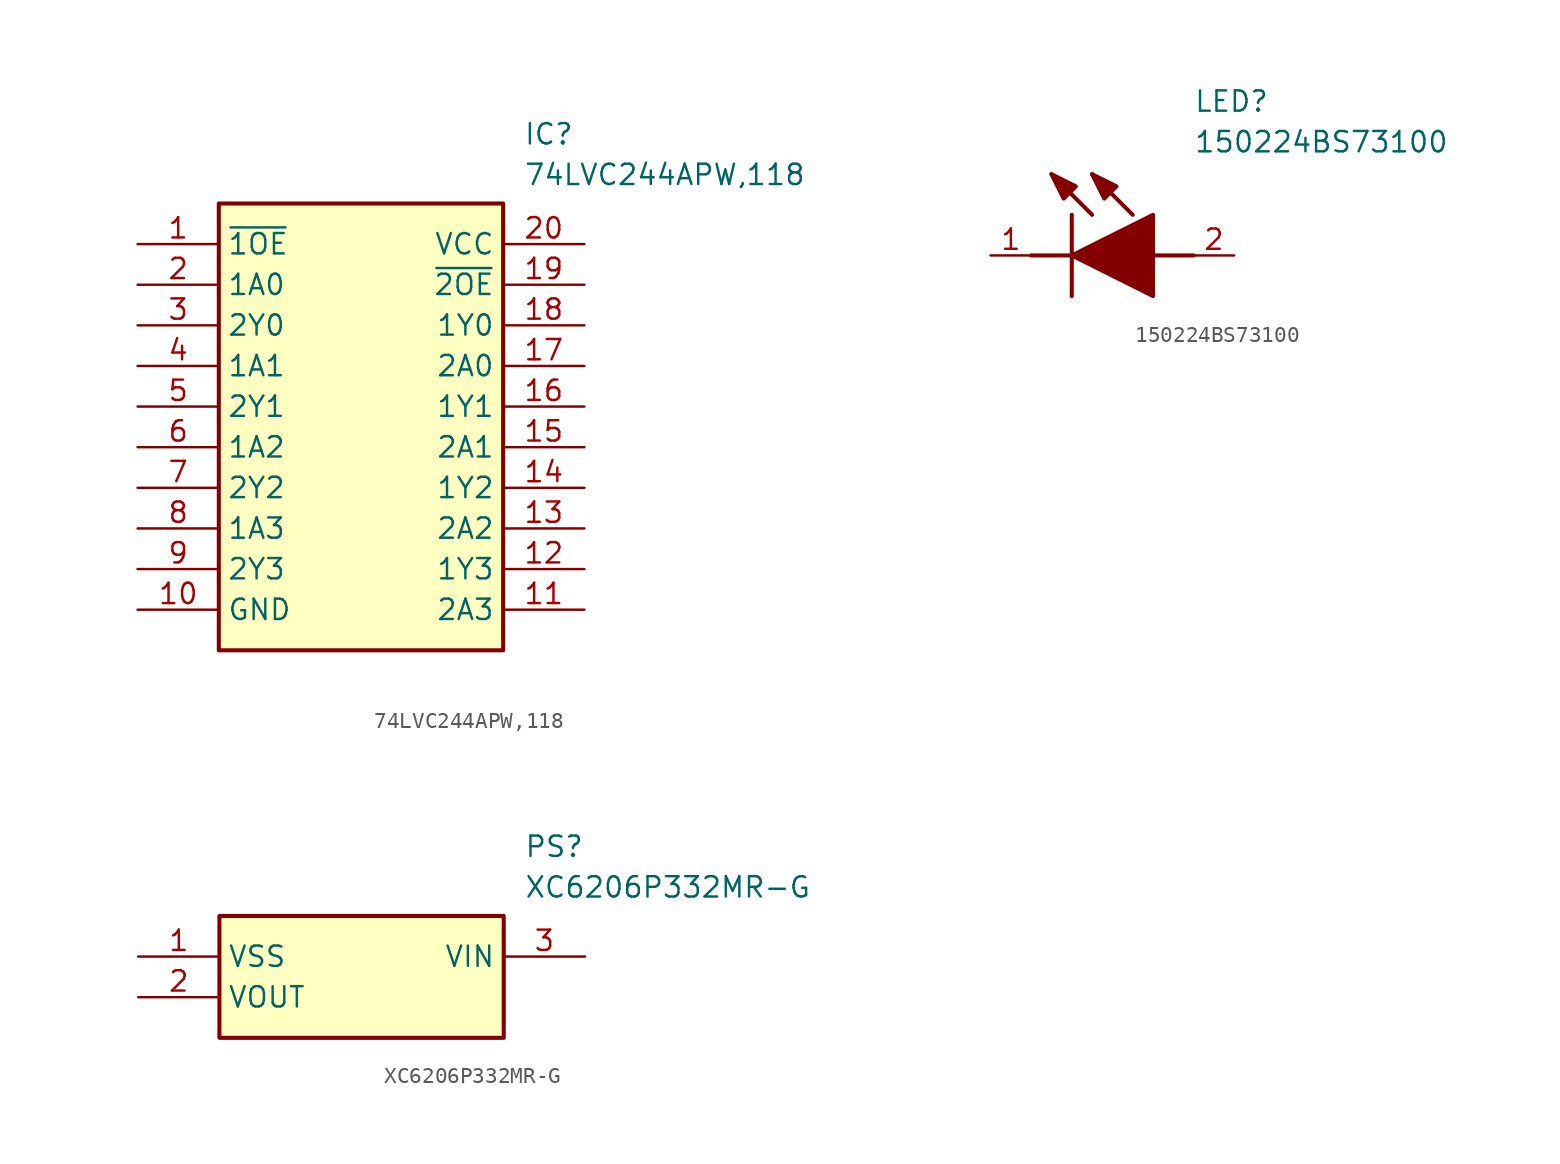
<source format=kicad_sym>
(kicad_symbol_lib
  (version 20211014)
  (generator SamacSys_ECAD_Model)
  (symbol "74LVC244APW,118"
    (property "Reference" "IC"
      (at 24.13 7.62 0)
      (effects (font (size 1.27 1.27)) (justify left top)))
    (property "Value" "74LVC244APW,118"
      (at 24.13 5.08 0)
      (effects (font (size 1.27 1.27)) (justify left top)))
    (rectangle
      (start 5.08 2.54)
      (end 22.86 -25.4)
      (stroke (width 0.254) (type default))
      (fill (type background)))
    (pin passive line
      (at 0 0 0)
      (length 5.08)
      (name "~{1OE}" (effects (font (size 1.27 1.27))))
      (number "1" (effects (font (size 1.27 1.27)))))
    (pin passive line
      (at 0 -2.54 0)
      (length 5.08)
      (name "1A0" (effects (font (size 1.27 1.27))))
      (number "2" (effects (font (size 1.27 1.27)))))
    (pin passive line
      (at 0 -5.08 0)
      (length 5.08)
      (name "2Y0" (effects (font (size 1.27 1.27))))
      (number "3" (effects (font (size 1.27 1.27)))))
    (pin passive line
      (at 0 -7.62 0)
      (length 5.08)
      (name "1A1" (effects (font (size 1.27 1.27))))
      (number "4" (effects (font (size 1.27 1.27)))))
    (pin passive line
      (at 0 -10.16 0)
      (length 5.08)
      (name "2Y1" (effects (font (size 1.27 1.27))))
      (number "5" (effects (font (size 1.27 1.27)))))
    (pin passive line
      (at 0 -12.7 0)
      (length 5.08)
      (name "1A2" (effects (font (size 1.27 1.27))))
      (number "6" (effects (font (size 1.27 1.27)))))
    (pin passive line
      (at 0 -15.24 0)
      (length 5.08)
      (name "2Y2" (effects (font (size 1.27 1.27))))
      (number "7" (effects (font (size 1.27 1.27)))))
    (pin passive line
      (at 0 -17.78 0)
      (length 5.08)
      (name "1A3" (effects (font (size 1.27 1.27))))
      (number "8" (effects (font (size 1.27 1.27)))))
    (pin passive line
      (at 0 -20.32 0)
      (length 5.08)
      (name "2Y3" (effects (font (size 1.27 1.27))))
      (number "9" (effects (font (size 1.27 1.27)))))
    (pin passive line
      (at 0 -22.86 0)
      (length 5.08)
      (name "GND" (effects (font (size 1.27 1.27))))
      (number "10" (effects (font (size 1.27 1.27)))))
    (pin passive line
      (at 27.94 0 180)
      (length 5.08)
      (name "VCC" (effects (font (size 1.27 1.27))))
      (number "20" (effects (font (size 1.27 1.27)))))
    (pin passive line
      (at 27.94 -2.54 180)
      (length 5.08)
      (name "~{2OE}" (effects (font (size 1.27 1.27))))
      (number "19" (effects (font (size 1.27 1.27)))))
    (pin passive line
      (at 27.94 -5.08 180)
      (length 5.08)
      (name "1Y0" (effects (font (size 1.27 1.27))))
      (number "18" (effects (font (size 1.27 1.27)))))
    (pin passive line
      (at 27.94 -7.62 180)
      (length 5.08)
      (name "2A0" (effects (font (size 1.27 1.27))))
      (number "17" (effects (font (size 1.27 1.27)))))
    (pin passive line
      (at 27.94 -10.16 180)
      (length 5.08)
      (name "1Y1" (effects (font (size 1.27 1.27))))
      (number "16" (effects (font (size 1.27 1.27)))))
    (pin passive line
      (at 27.94 -12.7 180)
      (length 5.08)
      (name "2A1" (effects (font (size 1.27 1.27))))
      (number "15" (effects (font (size 1.27 1.27)))))
    (pin passive line
      (at 27.94 -15.24 180)
      (length 5.08)
      (name "1Y2" (effects (font (size 1.27 1.27))))
      (number "14" (effects (font (size 1.27 1.27)))))
    (pin passive line
      (at 27.94 -17.78 180)
      (length 5.08)
      (name "2A2" (effects (font (size 1.27 1.27))))
      (number "13" (effects (font (size 1.27 1.27)))))
    (pin passive line
      (at 27.94 -20.32 180)
      (length 5.08)
      (name "1Y3" (effects (font (size 1.27 1.27))))
      (number "12" (effects (font (size 1.27 1.27)))))
    (pin passive line
      (at 27.94 -22.86 180)
      (length 5.08)
      (name "2A3" (effects (font (size 1.27 1.27))))
      (number "11" (effects (font (size 1.27 1.27))))))
  (symbol "150224BS73100"
    (pin_names hide)
    (property "Reference" "LED"
      (at 12.7 8.89 0)
      (effects (font (size 1.27 1.27)) (justify left bottom)))
    (property "Value" "150224BS73100"
      (at 12.7 6.35 0)
      (effects (font (size 1.27 1.27)) (justify left bottom)))
    (polyline
      (pts (xy 5.08 2.54) (xy 5.08 -2.54))
      (stroke (width 0.254) (type default))
      (fill (type none)))
    (polyline
      (pts (xy 6.35 2.54) (xy 3.81 5.08))
      (stroke (width 0.254) (type default))
      (fill (type none)))
    (polyline
      (pts (xy 8.89 2.54) (xy 6.35 5.08))
      (stroke (width 0.254) (type default))
      (fill (type none)))
    (polyline
      (pts (xy 2.54 0) (xy 5.08 0))
      (stroke (width 0.254) (type default))
      (fill (type none)))
    (polyline
      (pts (xy 10.16 0) (xy 12.7 0))
      (stroke (width 0.254) (type default))
      (fill (type none)))
    (polyline
      (pts (xy 5.08 0) (xy 10.16 2.54) (xy 10.16 -2.54) (xy 5.08 0))
      (stroke (width 0.254) (type default))
      (fill (type outline)))
    (polyline
      (pts (xy 5.334 4.318) (xy 4.572 3.556) (xy 3.81 5.08) (xy 5.334 4.318))
      (stroke (width 0.254) (type default))
      (fill (type outline)))
    (polyline
      (pts (xy 7.874 4.318) (xy 7.112 3.556) (xy 6.35 5.08) (xy 7.874 4.318))
      (stroke (width 0.254) (type default))
      (fill (type outline)))
    (pin passive line
      (at 0 0 0)
      (length 2.54)
      (name "K" (effects (font (size 1.27 1.27))))
      (number "1" (effects (font (size 1.27 1.27)))))
    (pin passive line
      (at 15.24 0 180)
      (length 2.54)
      (name "A" (effects (font (size 1.27 1.27))))
      (number "2" (effects (font (size 1.27 1.27))))))
  (symbol "XC6206P332MR-G"
    (property "Reference" "PS"
      (at 24.13 7.62 0)
      (effects (font (size 1.27 1.27)) (justify left top)))
    (property "Value" "XC6206P332MR-G"
      (at 24.13 5.08 0)
      (effects (font (size 1.27 1.27)) (justify left top)))
    (rectangle
      (start 5.08 2.54)
      (end 22.86 -5.08)
      (stroke (width 0.254) (type default))
      (fill (type background)))
    (pin power_in line
      (at 0 0 0)
      (length 5.08)
      (name "VSS" (effects (font (size 1.27 1.27))))
      (number "1" (effects (font (size 1.27 1.27)))))
    (pin power_in line
      (at 0 -2.54 0)
      (length 5.08)
      (name "VOUT" (effects (font (size 1.27 1.27))))
      (number "2" (effects (font (size 1.27 1.27)))))
    (pin power_in line
      (at 27.94 0 180)
      (length 5.08)
      (name "VIN" (effects (font (size 1.27 1.27))))
      (number "3" (effects (font (size 1.27 1.27)))))))
</source>
